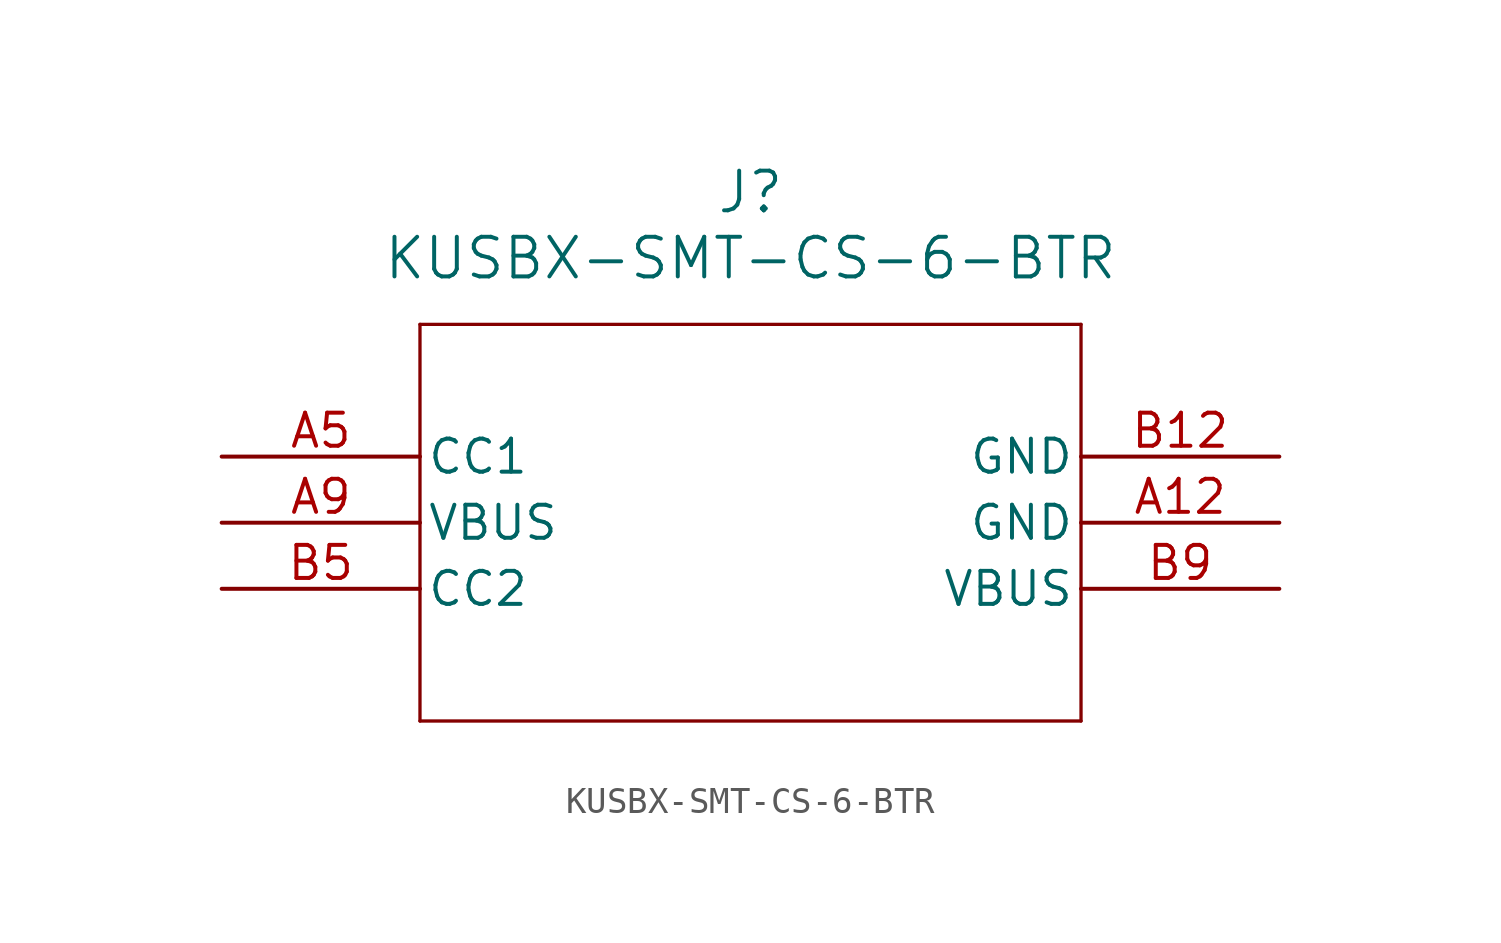
<source format=kicad_sym>
(kicad_symbol_lib
  (version 20211014)
  (generator kicad_symbol_editor)
  (symbol "KUSBX-SMT-CS-6-BTR"
    (pin_names
      (offset 0.254))
    (property "Reference" "J"
      (at 20.32 10.16 0)
      (effects (font (size 1.524 1.524))))
    (property "Value" "KUSBX-SMT-CS-6-BTR"
      (at 20.32 7.62 0)
      (effects (font (size 1.524 1.524))))
    (symbol "KUSBX-SMT-CS-6-BTR_0_1"
      (polyline (pts (xy 7.62 5.08) (xy 7.62 -10.16)) (stroke (width 0.127) (type default) (color 0 0 0 0)) (fill (type none)))
      (polyline (pts (xy 7.62 -10.16) (xy 33.02 -10.16)) (stroke (width 0.127) (type default) (color 0 0 0 0)) (fill (type none)))
      (polyline (pts (xy 33.02 -10.16) (xy 33.02 5.08)) (stroke (width 0.127) (type default) (color 0 0 0 0)) (fill (type none)))
      (polyline (pts (xy 33.02 5.08) (xy 7.62 5.08)) (stroke (width 0.127) (type default) (color 0 0 0 0)) (fill (type none)))
      (pin bidirectional line (at 0 0 0) (length 7.62) (name "CC1" (effects (font (size 1.27 1.27)))) (number "A5" (effects (font (size 1.27 1.27)))))
      (pin power_in line (at 0 -2.54 0) (length 7.62) (name "VBUS" (effects (font (size 1.27 1.27)))) (number "A9" (effects (font (size 1.27 1.27)))))
      (pin bidirectional line (at 0 -5.08 0) (length 7.62) (name "CC2" (effects (font (size 1.27 1.27)))) (number "B5" (effects (font (size 1.27 1.27)))))
      (pin power_in line (at 40.64 -5.08 180) (length 7.62) (name "VBUS" (effects (font (size 1.27 1.27)))) (number "B9" (effects (font (size 1.27 1.27)))))
      (pin power_out line (at 40.64 -2.54 180) (length 7.62) (name "GND" (effects (font (size 1.27 1.27)))) (number "A12" (effects (font (size 1.27 1.27)))))
      (pin power_out line (at 40.64 0 180) (length 7.62) (name "GND" (effects (font (size 1.27 1.27)))) (number "B12" (effects (font (size 1.27 1.27))))))))
</source>
